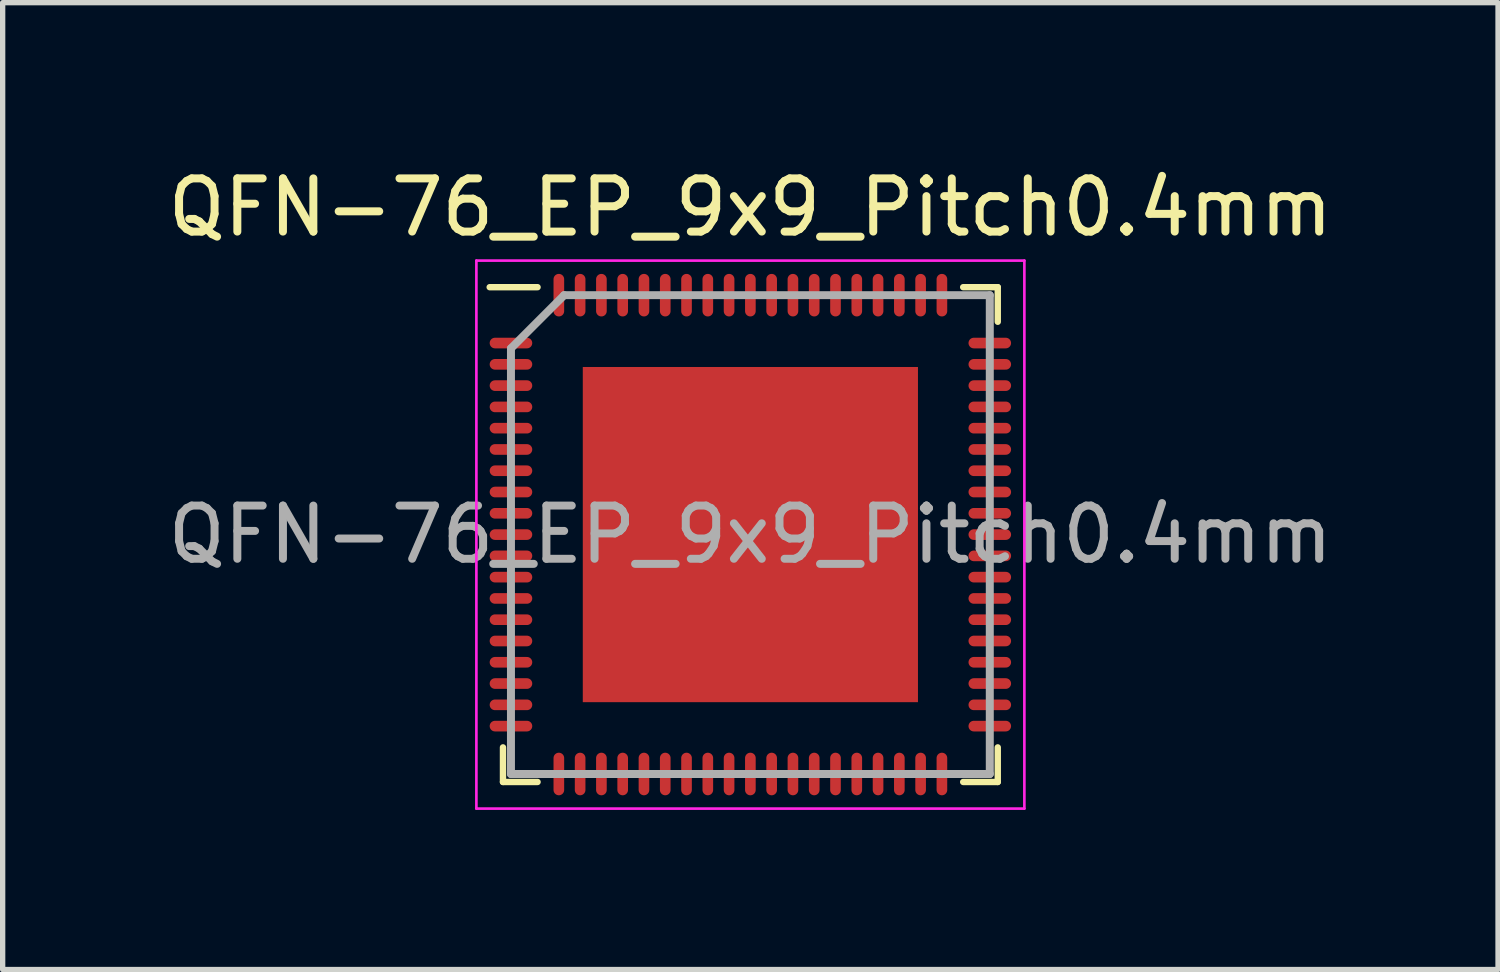
<source format=kicad_pcb>
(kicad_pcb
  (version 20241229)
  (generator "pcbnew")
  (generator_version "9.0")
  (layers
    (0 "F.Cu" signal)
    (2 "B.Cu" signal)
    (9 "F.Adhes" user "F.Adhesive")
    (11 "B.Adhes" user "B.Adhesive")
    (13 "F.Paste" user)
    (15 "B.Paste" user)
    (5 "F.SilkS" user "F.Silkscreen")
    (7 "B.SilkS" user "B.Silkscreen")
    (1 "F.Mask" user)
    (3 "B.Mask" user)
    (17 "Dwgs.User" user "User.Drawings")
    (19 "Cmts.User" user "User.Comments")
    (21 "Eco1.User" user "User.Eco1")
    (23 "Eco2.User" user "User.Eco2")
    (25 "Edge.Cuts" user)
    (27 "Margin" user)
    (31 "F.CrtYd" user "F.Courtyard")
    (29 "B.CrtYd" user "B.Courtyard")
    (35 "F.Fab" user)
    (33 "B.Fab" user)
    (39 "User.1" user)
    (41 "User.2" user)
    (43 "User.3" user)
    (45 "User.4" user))
  (footprint "QFN-76_EP_9x9_Pitch0.4mm"
    (layer "F.Cu")
    (at 11.054 6.998)
    (property "Reference" "QFN-76_EP_9x9_Pitch0.4mm" (at 0 -6.15 0) (layer "F.SilkS") (effects (font (size 1 1) (thickness 0.15))))
    (attr smd)
    (fp_line (start -4.65 4.65) (end -4.65 4) (stroke (width 0.12) (type default)) (layer "F.SilkS"))
    (fp_line (start -4 -4.65) (end -4.9 -4.65) (stroke (width 0.12) (type default)) (layer "F.SilkS"))
    (fp_line (start -4 4.65) (end -4.65 4.65) (stroke (width 0.12) (type default)) (layer "F.SilkS"))
    (fp_line (start 4 -4.65) (end 4.65 -4.65) (stroke (width 0.12) (type default)) (layer "F.SilkS"))
    (fp_line (start 4 4.65) (end 4.65 4.65) (stroke (width 0.12) (type default)) (layer "F.SilkS"))
    (fp_line (start 4.65 -4.65) (end 4.65 -4) (stroke (width 0.12) (type default)) (layer "F.SilkS"))
    (fp_line (start 4.65 4.65) (end 4.65 4) (stroke (width 0.12) (type default)) (layer "F.SilkS"))
    (fp_line (start -5.15 -5.15) (end 5.15 -5.15) (stroke (width 0.05) (type default)) (layer "F.CrtYd"))
    (fp_line (start -5.15 5.15) (end -5.15 -5.15) (stroke (width 0.05) (type default)) (layer "F.CrtYd"))
    (fp_line (start 5.15 -5.15) (end 5.15 5.15) (stroke (width 0.05) (type default)) (layer "F.CrtYd"))
    (fp_line (start 5.15 5.15) (end -5.15 5.15) (stroke (width 0.05) (type default)) (layer "F.CrtYd"))
    (fp_line (start -4.5 -3.5) (end -4.5 4.5) (stroke (width 0.15) (type default)) (layer "F.Fab"))
    (fp_line (start -4.5 4.5) (end 4.5 4.5) (stroke (width 0.15) (type default)) (layer "F.Fab"))
    (fp_line (start -3.5 -4.5) (end -4.5 -3.5) (stroke (width 0.15) (type default)) (layer "F.Fab"))
    (fp_line (start 4.5 -4.5) (end -3.5 -4.5) (stroke (width 0.15) (type default)) (layer "F.Fab"))
    (fp_line (start 4.5 4.5) (end 4.5 -4.5) (stroke (width 0.15) (type default)) (layer "F.Fab"))
    (fp_text user "${REFERENCE}" (at 0 0 0) (layer "F.Fab") (effects (font (size 1 1) (thickness 0.15))))
    (pad "" smd rect (at -2.362 -2.362) (size 0.825 0.825) (layers "F.Paste"))
    (pad "" smd rect (at -2.362 -0.787) (size 0.825 0.825) (layers "F.Paste"))
    (pad "" smd rect (at -2.362 0.787) (size 0.825 0.825) (layers "F.Paste"))
    (pad "" smd rect (at -2.362 2.362) (size 0.825 0.825) (layers "F.Paste"))
    (pad "" smd rect (at -0.787 -2.362) (size 0.825 0.825) (layers "F.Paste"))
    (pad "" smd rect (at -0.787 -0.787) (size 0.825 0.825) (layers "F.Paste"))
    (pad "" smd rect (at -0.787 0.787) (size 0.825 0.825) (layers "F.Paste"))
    (pad "" smd rect (at -0.787 2.362) (size 0.825 0.825) (layers "F.Paste"))
    (pad "" smd rect (at 0.787 -2.362) (size 0.825 0.825) (layers "F.Paste"))
    (pad "" smd rect (at 0.787 -0.787) (size 0.825 0.825) (layers "F.Paste"))
    (pad "" smd rect (at 0.787 0.787) (size 0.825 0.825) (layers "F.Paste"))
    (pad "" smd rect (at 0.787 2.362) (size 0.825 0.825) (layers "F.Paste"))
    (pad "" smd rect (at 2.362 -2.362) (size 0.825 0.825) (layers "F.Paste"))
    (pad "" smd rect (at 2.362 -0.787) (size 0.825 0.825) (layers "F.Paste"))
    (pad "" smd rect (at 2.362 0.787) (size 0.825 0.825) (layers "F.Paste"))
    (pad "" smd rect (at 2.362 2.362) (size 0.825 0.825) (layers "F.Paste"))
    (pad "1" smd oval (at -4.5 -3.6 90) (size 0.2 0.8) (layers "F.Cu" "F.Mask" "F.Paste"))
    (pad "2" smd oval (at -4.5 -3.2 90) (size 0.2 0.8) (layers "F.Cu" "F.Mask" "F.Paste"))
    (pad "3" smd oval (at -4.5 -2.8 90) (size 0.2 0.8) (layers "F.Cu" "F.Mask" "F.Paste"))
    (pad "4" smd oval (at -4.5 -2.4 90) (size 0.2 0.8) (layers "F.Cu" "F.Mask" "F.Paste"))
    (pad "5" smd oval (at -4.5 -2 90) (size 0.2 0.8) (layers "F.Cu" "F.Mask" "F.Paste"))
    (pad "6" smd oval (at -4.5 -1.6 90) (size 0.2 0.8) (layers "F.Cu" "F.Mask" "F.Paste"))
    (pad "7" smd oval (at -4.5 -1.2 90) (size 0.2 0.8) (layers "F.Cu" "F.Mask" "F.Paste"))
    (pad "8" smd oval (at -4.5 -0.8 90) (size 0.2 0.8) (layers "F.Cu" "F.Mask" "F.Paste"))
    (pad "9" smd oval (at -4.5 -0.4 90) (size 0.2 0.8) (layers "F.Cu" "F.Mask" "F.Paste"))
    (pad "10" smd oval (at -4.5 0 90) (size 0.2 0.8) (layers "F.Cu" "F.Mask" "F.Paste"))
    (pad "11" smd oval (at -4.5 0.4 90) (size 0.2 0.8) (layers "F.Cu" "F.Mask" "F.Paste"))
    (pad "12" smd oval (at -4.5 0.8 90) (size 0.2 0.8) (layers "F.Cu" "F.Mask" "F.Paste"))
    (pad "13" smd oval (at -4.5 1.2 90) (size 0.2 0.8) (layers "F.Cu" "F.Mask" "F.Paste"))
    (pad "14" smd oval (at -4.5 1.6 90) (size 0.2 0.8) (layers "F.Cu" "F.Mask" "F.Paste"))
    (pad "15" smd oval (at -4.5 2 90) (size 0.2 0.8) (layers "F.Cu" "F.Mask" "F.Paste"))
    (pad "16" smd oval (at -4.5 2.4 90) (size 0.2 0.8) (layers "F.Cu" "F.Mask" "F.Paste"))
    (pad "17" smd oval (at -4.5 2.8 90) (size 0.2 0.8) (layers "F.Cu" "F.Mask" "F.Paste"))
    (pad "18" smd oval (at -4.5 3.2 90) (size 0.2 0.8) (layers "F.Cu" "F.Mask" "F.Paste"))
    (pad "19" smd oval (at -4.5 3.6 90) (size 0.2 0.8) (layers "F.Cu" "F.Mask" "F.Paste"))
    (pad "20" smd oval (at -3.6 4.5) (size 0.2 0.8) (layers "F.Cu" "F.Mask" "F.Paste"))
    (pad "21" smd oval (at -3.2 4.5) (size 0.2 0.8) (layers "F.Cu" "F.Mask" "F.Paste"))
    (pad "22" smd oval (at -2.8 4.5) (size 0.2 0.8) (layers "F.Cu" "F.Mask" "F.Paste"))
    (pad "23" smd oval (at -2.4 4.5) (size 0.2 0.8) (layers "F.Cu" "F.Mask" "F.Paste"))
    (pad "24" smd oval (at -2 4.5) (size 0.2 0.8) (layers "F.Cu" "F.Mask" "F.Paste"))
    (pad "25" smd oval (at -1.6 4.5) (size 0.2 0.8) (layers "F.Cu" "F.Mask" "F.Paste"))
    (pad "26" smd oval (at -1.2 4.5) (size 0.2 0.8) (layers "F.Cu" "F.Mask" "F.Paste"))
    (pad "27" smd oval (at -0.8 4.5) (size 0.2 0.8) (layers "F.Cu" "F.Mask" "F.Paste"))
    (pad "28" smd oval (at -0.4 4.5) (size 0.2 0.8) (layers "F.Cu" "F.Mask" "F.Paste"))
    (pad "29" smd oval (at 0 4.5) (size 0.2 0.8) (layers "F.Cu" "F.Mask" "F.Paste"))
    (pad "30" smd oval (at 0.4 4.5) (size 0.2 0.8) (layers "F.Cu" "F.Mask" "F.Paste"))
    (pad "31" smd oval (at 0.8 4.5) (size 0.2 0.8) (layers "F.Cu" "F.Mask" "F.Paste"))
    (pad "32" smd oval (at 1.2 4.5) (size 0.2 0.8) (layers "F.Cu" "F.Mask" "F.Paste"))
    (pad "33" smd oval (at 1.6 4.5) (size 0.2 0.8) (layers "F.Cu" "F.Mask" "F.Paste"))
    (pad "34" smd oval (at 2 4.5) (size 0.2 0.8) (layers "F.Cu" "F.Mask" "F.Paste"))
    (pad "35" smd oval (at 2.4 4.5) (size 0.2 0.8) (layers "F.Cu" "F.Mask" "F.Paste"))
    (pad "36" smd oval (at 2.8 4.5) (size 0.2 0.8) (layers "F.Cu" "F.Mask" "F.Paste"))
    (pad "37" smd oval (at 3.2 4.5) (size 0.2 0.8) (layers "F.Cu" "F.Mask" "F.Paste"))
    (pad "38" smd oval (at 3.6 4.5) (size 0.2 0.8) (layers "F.Cu" "F.Mask" "F.Paste"))
    (pad "39" smd oval (at 4.5 3.6 90) (size 0.2 0.8) (layers "F.Cu" "F.Mask" "F.Paste"))
    (pad "40" smd oval (at 4.5 3.2 90) (size 0.2 0.8) (layers "F.Cu" "F.Mask" "F.Paste"))
    (pad "41" smd oval (at 4.5 2.8 90) (size 0.2 0.8) (layers "F.Cu" "F.Mask" "F.Paste"))
    (pad "42" smd oval (at 4.5 2.4 90) (size 0.2 0.8) (layers "F.Cu" "F.Mask" "F.Paste"))
    (pad "43" smd oval (at 4.5 2 90) (size 0.2 0.8) (layers "F.Cu" "F.Mask" "F.Paste"))
    (pad "44" smd oval (at 4.5 1.6 90) (size 0.2 0.8) (layers "F.Cu" "F.Mask" "F.Paste"))
    (pad "45" smd oval (at 4.5 1.2 90) (size 0.2 0.8) (layers "F.Cu" "F.Mask" "F.Paste"))
    (pad "46" smd oval (at 4.5 0.8 90) (size 0.2 0.8) (layers "F.Cu" "F.Mask" "F.Paste"))
    (pad "47" smd oval (at 4.5 0.4 90) (size 0.2 0.8) (layers "F.Cu" "F.Mask" "F.Paste"))
    (pad "48" smd oval (at 4.5 0 90) (size 0.2 0.8) (layers "F.Cu" "F.Mask" "F.Paste"))
    (pad "49" smd oval (at 4.5 -0.4 90) (size 0.2 0.8) (layers "F.Cu" "F.Mask" "F.Paste"))
    (pad "50" smd oval (at 4.5 -0.8 90) (size 0.2 0.8) (layers "F.Cu" "F.Mask" "F.Paste"))
    (pad "51" smd oval (at 4.5 -1.2 90) (size 0.2 0.8) (layers "F.Cu" "F.Mask" "F.Paste"))
    (pad "52" smd oval (at 4.5 -1.6 90) (size 0.2 0.8) (layers "F.Cu" "F.Mask" "F.Paste"))
    (pad "53" smd oval (at 4.5 -2 90) (size 0.2 0.8) (layers "F.Cu" "F.Mask" "F.Paste"))
    (pad "54" smd oval (at 4.5 -2.4 90) (size 0.2 0.8) (layers "F.Cu" "F.Mask" "F.Paste"))
    (pad "55" smd oval (at 4.5 -2.8 90) (size 0.2 0.8) (layers "F.Cu" "F.Mask" "F.Paste"))
    (pad "56" smd oval (at 4.5 -3.2 90) (size 0.2 0.8) (layers "F.Cu" "F.Mask" "F.Paste"))
    (pad "57" smd oval (at 4.5 -3.6 90) (size 0.2 0.8) (layers "F.Cu" "F.Mask" "F.Paste"))
    (pad "58" smd oval (at 3.6 -4.5) (size 0.2 0.8) (layers "F.Cu" "F.Mask" "F.Paste"))
    (pad "59" smd oval (at 3.2 -4.5) (size 0.2 0.8) (layers "F.Cu" "F.Mask" "F.Paste"))
    (pad "60" smd oval (at 2.8 -4.5) (size 0.2 0.8) (layers "F.Cu" "F.Mask" "F.Paste"))
    (pad "61" smd oval (at 2.4 -4.5) (size 0.2 0.8) (layers "F.Cu" "F.Mask" "F.Paste"))
    (pad "62" smd oval (at 2 -4.5) (size 0.2 0.8) (layers "F.Cu" "F.Mask" "F.Paste"))
    (pad "63" smd oval (at 1.6 -4.5) (size 0.2 0.8) (layers "F.Cu" "F.Mask" "F.Paste"))
    (pad "64" smd oval (at 1.2 -4.5) (size 0.2 0.8) (layers "F.Cu" "F.Mask" "F.Paste"))
    (pad "65" smd oval (at 0.8 -4.5) (size 0.2 0.8) (layers "F.Cu" "F.Mask" "F.Paste"))
    (pad "66" smd oval (at 0.4 -4.5) (size 0.2 0.8) (layers "F.Cu" "F.Mask" "F.Paste"))
    (pad "67" smd oval (at 0 -4.5) (size 0.2 0.8) (layers "F.Cu" "F.Mask" "F.Paste"))
    (pad "68" smd oval (at -0.4 -4.5) (size 0.2 0.8) (layers "F.Cu" "F.Mask" "F.Paste"))
    (pad "69" smd oval (at -0.8 -4.5) (size 0.2 0.8) (layers "F.Cu" "F.Mask" "F.Paste"))
    (pad "70" smd oval (at -1.2 -4.5) (size 0.2 0.8) (layers "F.Cu" "F.Mask" "F.Paste"))
    (pad "71" smd oval (at -1.6 -4.5) (size 0.2 0.8) (layers "F.Cu" "F.Mask" "F.Paste"))
    (pad "72" smd oval (at -2 -4.5) (size 0.2 0.8) (layers "F.Cu" "F.Mask" "F.Paste"))
    (pad "73" smd oval (at -2.4 -4.5) (size 0.2 0.8) (layers "F.Cu" "F.Mask" "F.Paste"))
    (pad "74" smd oval (at -2.8 -4.5) (size 0.2 0.8) (layers "F.Cu" "F.Mask" "F.Paste"))
    (pad "75" smd oval (at -3.2 -4.5) (size 0.2 0.8) (layers "F.Cu" "F.Mask" "F.Paste"))
    (pad "76" smd oval (at -3.6 -4.5) (size 0.2 0.8) (layers "F.Cu" "F.Mask" "F.Paste"))
    (pad "77" smd rect (at 0 0) (size 6.3 6.3) (layers "F.Cu" "F.Mask")))
  (gr_rect
    (start -3 -3)
    (end 25.107 15.173)
    (stroke (width 0.1) (type default))
    (fill no)
    (layer "Edge.Cuts")))
</source>
